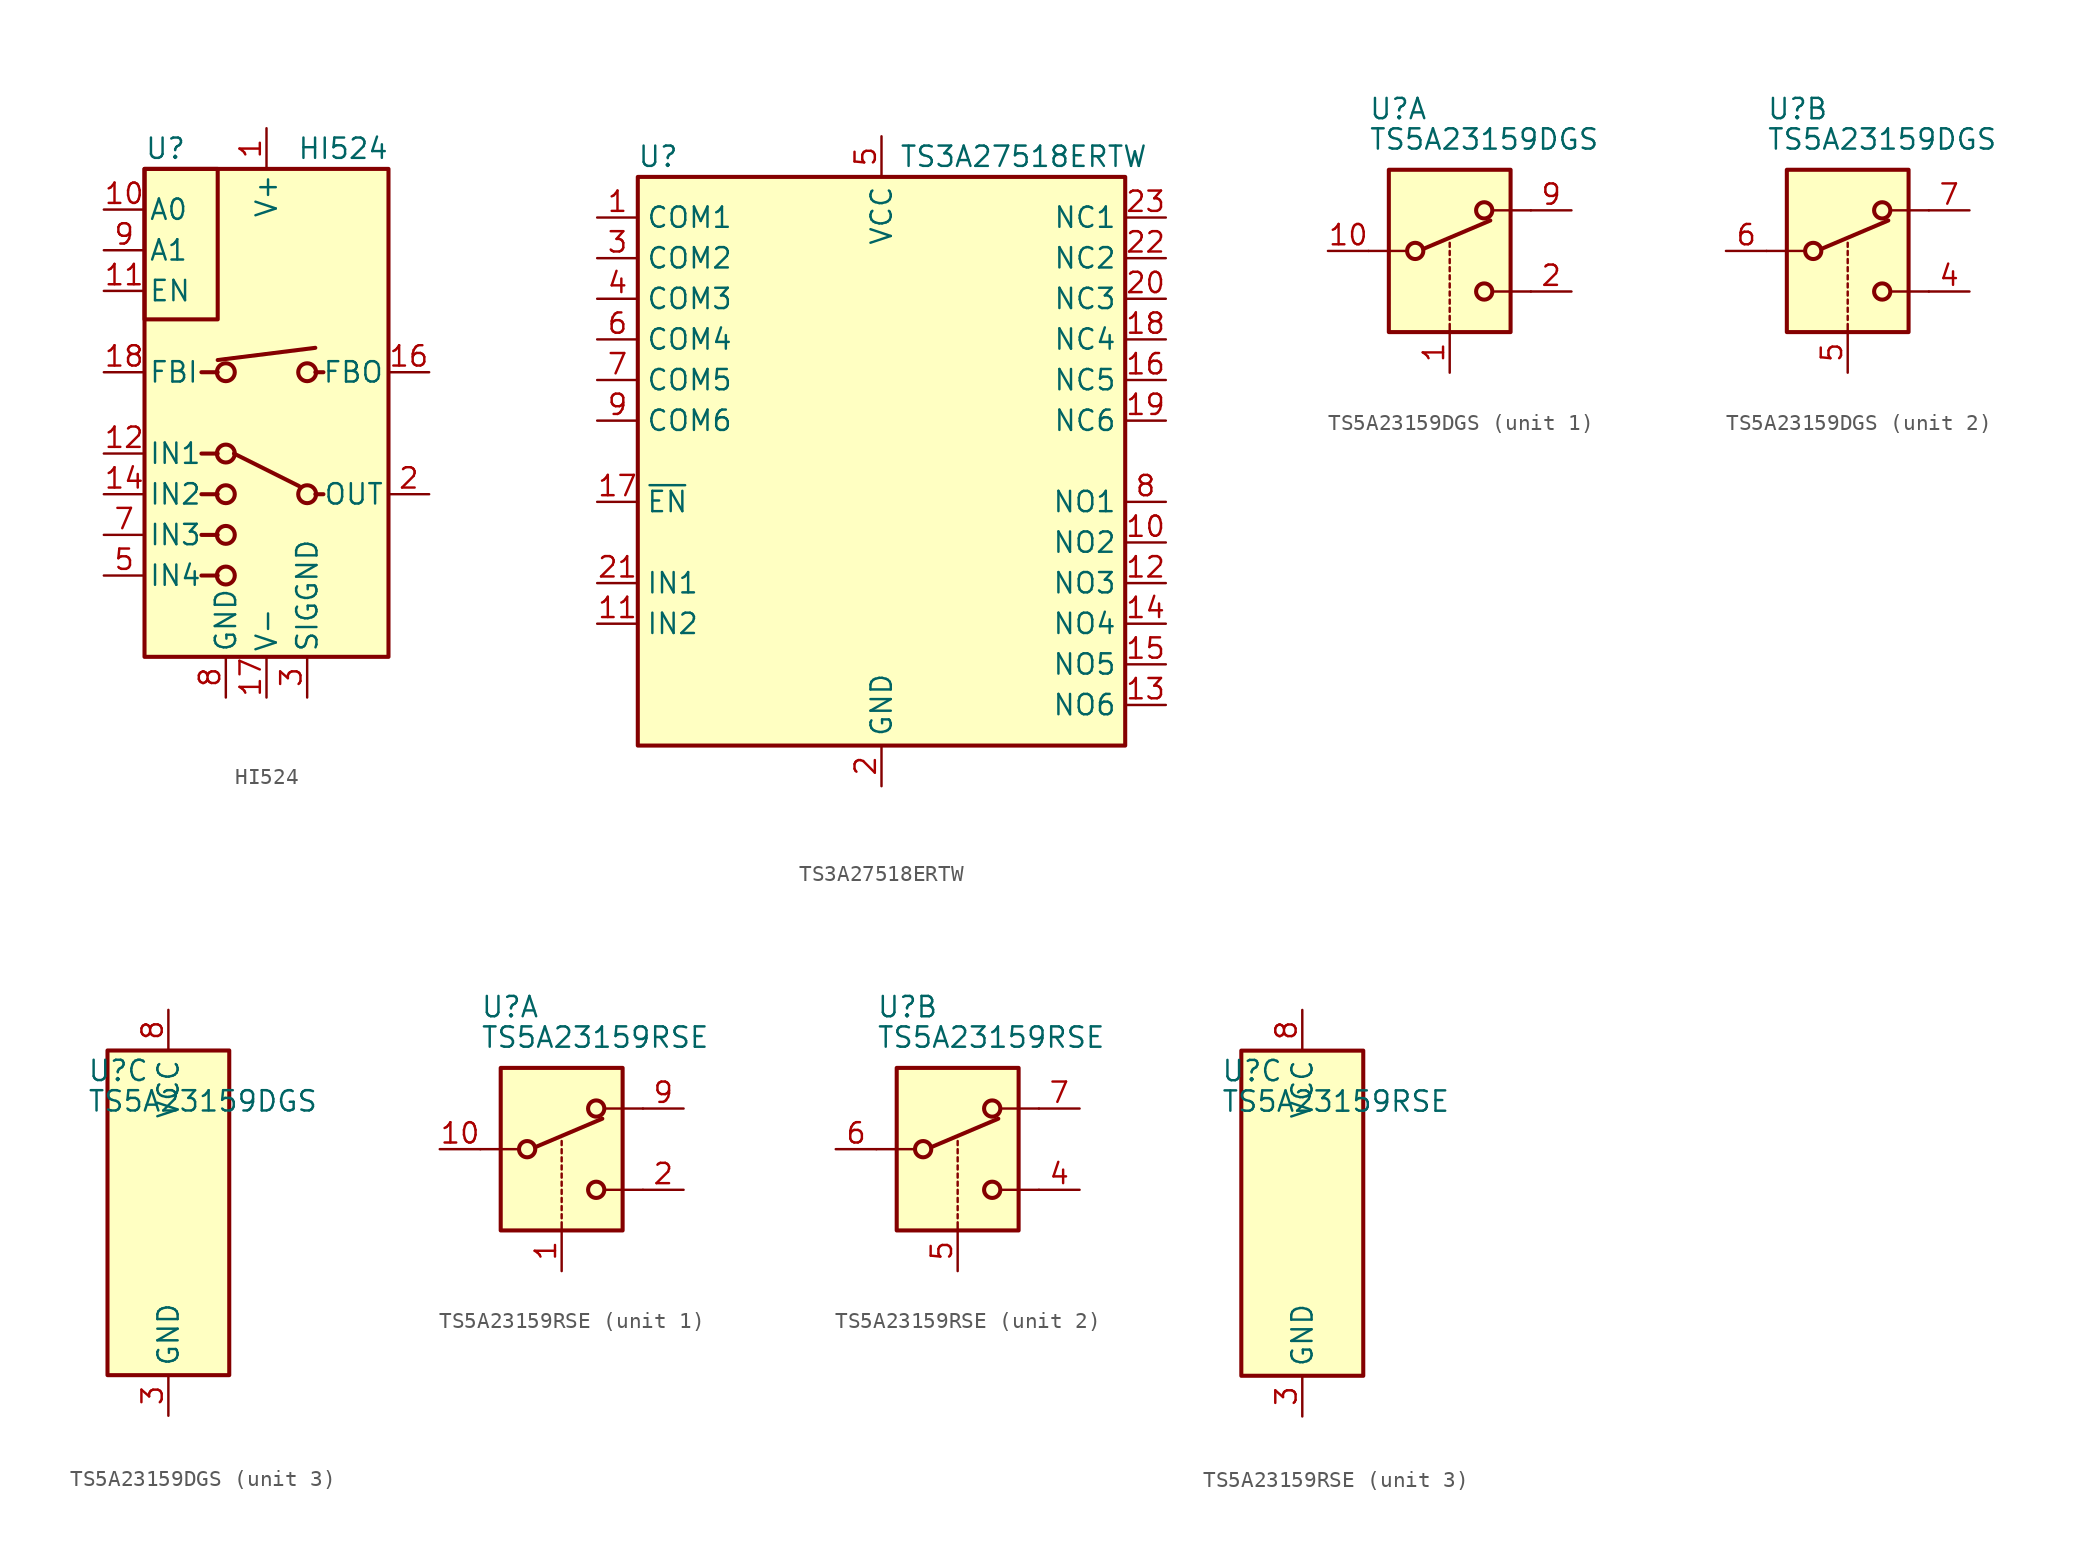
<source format=kicad_sym>
(kicad_symbol_lib
  (version 20201005)
  (generator kicad_symbol_editor)
  (symbol "Analog_Switch:HI524"
    (pin_names
      (offset 0.254))
    (property "Reference" "U"
      (at -7.62 16.51 0)
      (effects (font (size 1.27 1.27)) (justify left)))
    (property "Value" "HI524"
      (at 1.905 16.51 0)
      (effects (font (size 1.27 1.27)) (justify left)))
    (symbol "HI524_0_1"
      (circle (center -2.54 -10.16) (radius 0.559) (stroke (width 0.254)) (fill (type none)))
      (circle (center -2.54 -7.62) (radius 0.559) (stroke (width 0.254)) (fill (type none)))
      (circle (center -2.54 -5.08) (radius 0.559) (stroke (width 0.254)) (fill (type none)))
      (circle (center -2.54 -2.54) (radius 0.559) (stroke (width 0.254)) (fill (type none)))
      (circle (center -2.54 2.54) (radius 0.559) (stroke (width 0.254)) (fill (type none)))
      (circle (center 2.54 -5.08) (radius 0.559) (stroke (width 0.254)) (fill (type none)))
      (circle (center 2.54 2.54) (radius 0.559) (stroke (width 0.254)) (fill (type none)))
      (rectangle (start -7.62 -15.24) (end 7.62 15.24) (stroke (width 0.254)) (fill (type background)))
      (rectangle (start -7.62 5.842) (end -3.048 15.24) (stroke (width 0.254)) (fill (type none)))
      (polyline (pts (xy -4.064 -10.16) (xy -3.048 -10.16)) (stroke (width 0.254)) (fill (type none)))
      (polyline (pts (xy -4.064 -5.08) (xy -3.048 -5.08)) (stroke (width 0.254)) (fill (type none)))
      (polyline (pts (xy -3.048 -7.62) (xy -4.064 -7.62)) (stroke (width 0.254)) (fill (type none)))
      (polyline (pts (xy -3.048 -2.54) (xy -4.064 -2.54)) (stroke (width 0.254)) (fill (type none)))
      (polyline (pts (xy -3.048 2.54) (xy -4.064 2.54)) (stroke (width 0.254)) (fill (type none)))
      (polyline (pts (xy -3.048 3.302) (xy 3.048 4.064)) (stroke (width 0.254)) (fill (type none)))
      (polyline (pts (xy 2.032 -4.572) (xy -2.032 -2.54)) (stroke (width 0.254)) (fill (type none)))
      (polyline (pts (xy 3.048 -5.08) (xy 3.556 -5.08)) (stroke (width 0.254)) (fill (type none)))
      (polyline (pts (xy 3.048 2.54) (xy 3.556 2.54)) (stroke (width 0.254)) (fill (type none))))
    (symbol "HI524_1_1"
      (pin power_in line (at 0 17.78 270) (length 2.54) (name "V+" (effects (font (size 1.27 1.27)))) (number "1" (effects (font (size 1.27 1.27)))))
      (pin input line (at -10.16 12.7 0) (length 2.54) (name "A0" (effects (font (size 1.27 1.27)))) (number "10" (effects (font (size 1.27 1.27)))))
      (pin input line (at -10.16 7.62 0) (length 2.54) (name "EN" (effects (font (size 1.27 1.27)))) (number "11" (effects (font (size 1.27 1.27)))))
      (pin input line (at -10.16 -2.54 0) (length 2.54) (name "IN1" (effects (font (size 1.27 1.27)))) (number "12" (effects (font (size 1.27 1.27)))))
      (pin passive line (at 2.54 -17.78 90) (length 2.54) hide (name "SIGGND" (effects (font (size 1.27 1.27)))) (number "13" (effects (font (size 1.27 1.27)))))
      (pin input line (at -10.16 -5.08 0) (length 2.54) (name "IN2" (effects (font (size 1.27 1.27)))) (number "14" (effects (font (size 1.27 1.27)))))
      (pin passive line (at 2.54 -17.78 90) (length 2.54) hide (name "SIGGND" (effects (font (size 1.27 1.27)))) (number "15" (effects (font (size 1.27 1.27)))))
      (pin output line (at 10.16 2.54 180) (length 2.54) (name "FBO" (effects (font (size 1.27 1.27)))) (number "16" (effects (font (size 1.27 1.27)))))
      (pin power_in line (at 0 -17.78 90) (length 2.54) (name "V-" (effects (font (size 1.27 1.27)))) (number "17" (effects (font (size 1.27 1.27)))))
      (pin input line (at -10.16 2.54 0) (length 2.54) (name "FBI" (effects (font (size 1.27 1.27)))) (number "18" (effects (font (size 1.27 1.27)))))
      (pin output line (at 10.16 -5.08 180) (length 2.54) (name "OUT" (effects (font (size 1.27 1.27)))) (number "2" (effects (font (size 1.27 1.27)))))
      (pin power_in line (at 2.54 -17.78 90) (length 2.54) (name "SIGGND" (effects (font (size 1.27 1.27)))) (number "3" (effects (font (size 1.27 1.27)))))
      (pin passive line (at 2.54 -17.78 90) (length 2.54) hide (name "SIGGND" (effects (font (size 1.27 1.27)))) (number "4" (effects (font (size 1.27 1.27)))))
      (pin input line (at -10.16 -10.16 0) (length 2.54) (name "IN4" (effects (font (size 1.27 1.27)))) (number "5" (effects (font (size 1.27 1.27)))))
      (pin passive line (at 2.54 -17.78 90) (length 2.54) hide (name "SIGGND" (effects (font (size 1.27 1.27)))) (number "6" (effects (font (size 1.27 1.27)))))
      (pin input line (at -10.16 -7.62 0) (length 2.54) (name "IN3" (effects (font (size 1.27 1.27)))) (number "7" (effects (font (size 1.27 1.27)))))
      (pin power_in line (at -2.54 -17.78 90) (length 2.54) (name "GND" (effects (font (size 1.27 1.27)))) (number "8" (effects (font (size 1.27 1.27)))))
      (pin input line (at -10.16 10.16 0) (length 2.54) (name "A1" (effects (font (size 1.27 1.27)))) (number "9" (effects (font (size 1.27 1.27)))))))
  (symbol "Analog_Switch:TS3A27518ERTW"
    (property "Reference" "U"
      (at -13.97 19.05 0)
      (effects (font (size 1.27 1.27))))
    (property "Value" "TS3A27518ERTW"
      (at 8.89 19.05 0)
      (effects (font (size 1.27 1.27))))
    (symbol "TS3A27518ERTW_0_1"
      (rectangle (start 15.24 -17.78) (end -15.24 17.78) (stroke (width 0.254)) (fill (type background))))
    (symbol "TS3A27518ERTW_1_1"
      (pin bidirectional line (at -17.78 15.24 0) (length 2.54) (name "COM1" (effects (font (size 1.27 1.27)))) (number "1" (effects (font (size 1.27 1.27)))))
      (pin bidirectional line (at 17.78 -5.08 180) (length 2.54) (name "NO2" (effects (font (size 1.27 1.27)))) (number "10" (effects (font (size 1.27 1.27)))))
      (pin input line (at -17.78 -10.16 0) (length 2.54) (name "IN2" (effects (font (size 1.27 1.27)))) (number "11" (effects (font (size 1.27 1.27)))))
      (pin bidirectional line (at 17.78 -7.62 180) (length 2.54) (name "NO3" (effects (font (size 1.27 1.27)))) (number "12" (effects (font (size 1.27 1.27)))))
      (pin bidirectional line (at 17.78 -15.24 180) (length 2.54) (name "NO6" (effects (font (size 1.27 1.27)))) (number "13" (effects (font (size 1.27 1.27)))))
      (pin bidirectional line (at 17.78 -10.16 180) (length 2.54) (name "NO4" (effects (font (size 1.27 1.27)))) (number "14" (effects (font (size 1.27 1.27)))))
      (pin bidirectional line (at 17.78 -12.7 180) (length 2.54) (name "NO5" (effects (font (size 1.27 1.27)))) (number "15" (effects (font (size 1.27 1.27)))))
      (pin bidirectional line (at 17.78 5.08 180) (length 2.54) (name "NC5" (effects (font (size 1.27 1.27)))) (number "16" (effects (font (size 1.27 1.27)))))
      (pin input line (at -17.78 -2.54 0) (length 2.54) (name "~EN" (effects (font (size 1.27 1.27)))) (number "17" (effects (font (size 1.27 1.27)))))
      (pin bidirectional line (at 17.78 7.62 180) (length 2.54) (name "NC4" (effects (font (size 1.27 1.27)))) (number "18" (effects (font (size 1.27 1.27)))))
      (pin bidirectional line (at 17.78 2.54 180) (length 2.54) (name "NC6" (effects (font (size 1.27 1.27)))) (number "19" (effects (font (size 1.27 1.27)))))
      (pin power_in line (at 0 -20.32 90) (length 2.54) (name "GND" (effects (font (size 1.27 1.27)))) (number "2" (effects (font (size 1.27 1.27)))))
      (pin bidirectional line (at 17.78 10.16 180) (length 2.54) (name "NC3" (effects (font (size 1.27 1.27)))) (number "20" (effects (font (size 1.27 1.27)))))
      (pin input line (at -17.78 -7.62 0) (length 2.54) (name "IN1" (effects (font (size 1.27 1.27)))) (number "21" (effects (font (size 1.27 1.27)))))
      (pin bidirectional line (at 17.78 12.7 180) (length 2.54) (name "NC2" (effects (font (size 1.27 1.27)))) (number "22" (effects (font (size 1.27 1.27)))))
      (pin bidirectional line (at 17.78 15.24 180) (length 2.54) (name "NC1" (effects (font (size 1.27 1.27)))) (number "23" (effects (font (size 1.27 1.27)))))
      (pin no_connect line (at -15.24 -15.24 0) (length 2.54) hide (name "N.C." (effects (font (size 1.27 1.27)))) (number "24" (effects (font (size 1.27 1.27)))))
      (pin passive line (at 0 -20.32 90) (length 2.54) hide (name "GND" (effects (font (size 1.27 1.27)))) (number "25" (effects (font (size 1.27 1.27)))))
      (pin bidirectional line (at -17.78 12.7 0) (length 2.54) (name "COM2" (effects (font (size 1.27 1.27)))) (number "3" (effects (font (size 1.27 1.27)))))
      (pin bidirectional line (at -17.78 10.16 0) (length 2.54) (name "COM3" (effects (font (size 1.27 1.27)))) (number "4" (effects (font (size 1.27 1.27)))))
      (pin power_in line (at 0 20.32 270) (length 2.54) (name "VCC" (effects (font (size 1.27 1.27)))) (number "5" (effects (font (size 1.27 1.27)))))
      (pin bidirectional line (at -17.78 7.62 0) (length 2.54) (name "COM4" (effects (font (size 1.27 1.27)))) (number "6" (effects (font (size 1.27 1.27)))))
      (pin bidirectional line (at -17.78 5.08 0) (length 2.54) (name "COM5" (effects (font (size 1.27 1.27)))) (number "7" (effects (font (size 1.27 1.27)))))
      (pin bidirectional line (at 17.78 -2.54 180) (length 2.54) (name "NO1" (effects (font (size 1.27 1.27)))) (number "8" (effects (font (size 1.27 1.27)))))
      (pin bidirectional line (at -17.78 2.54 0) (length 2.54) (name "COM6" (effects (font (size 1.27 1.27)))) (number "9" (effects (font (size 1.27 1.27)))))))
  (symbol "Analog_Switch:TS5A23159DGS"
    (property "Reference" "U"
      (at -5.08 8.89 0)
      (effects (font (size 1.27 1.27)) (justify left)))
    (property "Value" "TS5A23159DGS"
      (at -5.08 6.985 0)
      (effects (font (size 1.27 1.27)) (justify left)))
    (property "ki_locked" ""
      (at 0 0 0)
      (effects (font (size 1.27 1.27))))
    (symbol "TS5A23159DGS_1_1"
      (circle (center -2.159 0) (radius 0.508) (stroke (width 0.254)) (fill (type none)))
      (circle (center 2.159 -2.54) (radius 0.508) (stroke (width 0.254)) (fill (type none)))
      (circle (center 2.159 2.54) (radius 0.508) (stroke (width 0.254)) (fill (type none)))
      (rectangle (start -3.81 5.08) (end 3.81 -5.08) (stroke (width 0.254)) (fill (type background)))
      (polyline (pts (xy -5.08 0) (xy -2.794 0)) (stroke (width 0)) (fill (type none)))
      (polyline (pts (xy -1.651 0.127) (xy 2.54 1.905)) (stroke (width 0.254)) (fill (type none)))
      (polyline (pts (xy 0 -5.08) (xy 0 -4.572)) (stroke (width 0)) (fill (type none)))
      (polyline (pts (xy 0 -4.318) (xy 0 -4.064)) (stroke (width 0)) (fill (type none)))
      (polyline (pts (xy 0 -3.81) (xy 0 -3.556)) (stroke (width 0)) (fill (type none)))
      (polyline (pts (xy 0 -3.302) (xy 0 -3.048)) (stroke (width 0)) (fill (type none)))
      (polyline (pts (xy 0 -2.794) (xy 0 -2.54)) (stroke (width 0)) (fill (type none)))
      (polyline (pts (xy 0 -2.286) (xy 0 -2.032)) (stroke (width 0)) (fill (type none)))
      (polyline (pts (xy 0 -1.778) (xy 0 -1.524)) (stroke (width 0)) (fill (type none)))
      (polyline (pts (xy 0 -1.27) (xy 0 -1.016)) (stroke (width 0)) (fill (type none)))
      (polyline (pts (xy 0 -0.762) (xy 0 -0.508)) (stroke (width 0)) (fill (type none)))
      (polyline (pts (xy 0 -0.254) (xy 0 0)) (stroke (width 0)) (fill (type none)))
      (polyline (pts (xy 0 0.254) (xy 0 0.508)) (stroke (width 0)) (fill (type none)))
      (polyline (pts (xy 5.08 -2.54) (xy 2.794 -2.54)) (stroke (width 0)) (fill (type none)))
      (polyline (pts (xy 5.08 2.54) (xy 2.794 2.54)) (stroke (width 0)) (fill (type none)))
      (pin input line (at 0 -7.62 90) (length 2.54) (name "~" (effects (font (size 1.27 1.27)))) (number "1" (effects (font (size 1.27 1.27)))))
      (pin passive line (at -7.62 0 0) (length 2.54) (name "~" (effects (font (size 1.27 1.27)))) (number "10" (effects (font (size 1.27 1.27)))))
      (pin passive line (at 7.62 -2.54 180) (length 2.54) (name "~" (effects (font (size 1.27 1.27)))) (number "2" (effects (font (size 1.27 1.27)))))
      (pin passive line (at 7.62 2.54 180) (length 2.54) (name "~" (effects (font (size 1.27 1.27)))) (number "9" (effects (font (size 1.27 1.27))))))
    (symbol "TS5A23159DGS_2_1"
      (circle (center -2.159 0) (radius 0.508) (stroke (width 0.254)) (fill (type none)))
      (circle (center 2.159 -2.54) (radius 0.508) (stroke (width 0.254)) (fill (type none)))
      (circle (center 2.159 2.54) (radius 0.508) (stroke (width 0.254)) (fill (type none)))
      (rectangle (start -3.81 5.08) (end 3.81 -5.08) (stroke (width 0.254)) (fill (type background)))
      (polyline (pts (xy -5.08 0) (xy -2.794 0)) (stroke (width 0)) (fill (type none)))
      (polyline (pts (xy -1.651 0.127) (xy 2.54 1.905)) (stroke (width 0.254)) (fill (type none)))
      (polyline (pts (xy 0 -5.08) (xy 0 -4.572)) (stroke (width 0)) (fill (type none)))
      (polyline (pts (xy 0 -4.318) (xy 0 -4.064)) (stroke (width 0)) (fill (type none)))
      (polyline (pts (xy 0 -3.81) (xy 0 -3.556)) (stroke (width 0)) (fill (type none)))
      (polyline (pts (xy 0 -3.302) (xy 0 -3.048)) (stroke (width 0)) (fill (type none)))
      (polyline (pts (xy 0 -2.794) (xy 0 -2.54)) (stroke (width 0)) (fill (type none)))
      (polyline (pts (xy 0 -2.286) (xy 0 -2.032)) (stroke (width 0)) (fill (type none)))
      (polyline (pts (xy 0 -1.778) (xy 0 -1.524)) (stroke (width 0)) (fill (type none)))
      (polyline (pts (xy 0 -1.27) (xy 0 -1.016)) (stroke (width 0)) (fill (type none)))
      (polyline (pts (xy 0 -0.762) (xy 0 -0.508)) (stroke (width 0)) (fill (type none)))
      (polyline (pts (xy 0 -0.254) (xy 0 0)) (stroke (width 0)) (fill (type none)))
      (polyline (pts (xy 0 0.254) (xy 0 0.508)) (stroke (width 0)) (fill (type none)))
      (polyline (pts (xy 5.08 -2.54) (xy 2.794 -2.54)) (stroke (width 0)) (fill (type none)))
      (polyline (pts (xy 5.08 2.54) (xy 2.794 2.54)) (stroke (width 0)) (fill (type none)))
      (pin passive line (at 7.62 -2.54 180) (length 2.54) (name "~" (effects (font (size 1.27 1.27)))) (number "4" (effects (font (size 1.27 1.27)))))
      (pin input line (at 0 -7.62 90) (length 2.54) (name "~" (effects (font (size 1.27 1.27)))) (number "5" (effects (font (size 1.27 1.27)))))
      (pin passive line (at -7.62 0 0) (length 2.54) (name "~" (effects (font (size 1.27 1.27)))) (number "6" (effects (font (size 1.27 1.27)))))
      (pin passive line (at 7.62 2.54 180) (length 2.54) (name "~" (effects (font (size 1.27 1.27)))) (number "7" (effects (font (size 1.27 1.27))))))
    (symbol "TS5A23159DGS_3_1"
      (rectangle (start -3.81 10.16) (end 3.81 -10.16) (stroke (width 0.254)) (fill (type background)))
      (pin power_in line (at 0 -12.7 90) (length 2.54) (name "GND" (effects (font (size 1.27 1.27)))) (number "3" (effects (font (size 1.27 1.27)))))
      (pin power_in line (at 0 12.7 270) (length 2.54) (name "VCC" (effects (font (size 1.27 1.27)))) (number "8" (effects (font (size 1.27 1.27)))))))
  (symbol "Analog_Switch:TS5A23159RSE"
    (property "Reference" "U"
      (at -5.08 8.89 0)
      (effects (font (size 1.27 1.27)) (justify left)))
    (property "Value" "TS5A23159RSE"
      (at -5.08 6.985 0)
      (effects (font (size 1.27 1.27)) (justify left)))
    (property "ki_locked" ""
      (at 0 0 0)
      (effects (font (size 1.27 1.27))))
    (symbol "TS5A23159RSE_1_1"
      (circle (center -2.159 0) (radius 0.508) (stroke (width 0.254)) (fill (type none)))
      (circle (center 2.159 -2.54) (radius 0.508) (stroke (width 0.254)) (fill (type none)))
      (circle (center 2.159 2.54) (radius 0.508) (stroke (width 0.254)) (fill (type none)))
      (rectangle (start -3.81 5.08) (end 3.81 -5.08) (stroke (width 0.254)) (fill (type background)))
      (polyline (pts (xy -5.08 0) (xy -2.794 0)) (stroke (width 0)) (fill (type none)))
      (polyline (pts (xy -1.651 0.127) (xy 2.54 1.905)) (stroke (width 0.254)) (fill (type none)))
      (polyline (pts (xy 0 -5.08) (xy 0 -4.572)) (stroke (width 0)) (fill (type none)))
      (polyline (pts (xy 0 -4.318) (xy 0 -4.064)) (stroke (width 0)) (fill (type none)))
      (polyline (pts (xy 0 -3.81) (xy 0 -3.556)) (stroke (width 0)) (fill (type none)))
      (polyline (pts (xy 0 -3.302) (xy 0 -3.048)) (stroke (width 0)) (fill (type none)))
      (polyline (pts (xy 0 -2.794) (xy 0 -2.54)) (stroke (width 0)) (fill (type none)))
      (polyline (pts (xy 0 -2.286) (xy 0 -2.032)) (stroke (width 0)) (fill (type none)))
      (polyline (pts (xy 0 -1.778) (xy 0 -1.524)) (stroke (width 0)) (fill (type none)))
      (polyline (pts (xy 0 -1.27) (xy 0 -1.016)) (stroke (width 0)) (fill (type none)))
      (polyline (pts (xy 0 -0.762) (xy 0 -0.508)) (stroke (width 0)) (fill (type none)))
      (polyline (pts (xy 0 -0.254) (xy 0 0)) (stroke (width 0)) (fill (type none)))
      (polyline (pts (xy 0 0.254) (xy 0 0.508)) (stroke (width 0)) (fill (type none)))
      (polyline (pts (xy 5.08 -2.54) (xy 2.794 -2.54)) (stroke (width 0)) (fill (type none)))
      (polyline (pts (xy 5.08 2.54) (xy 2.794 2.54)) (stroke (width 0)) (fill (type none)))
      (pin input line (at 0 -7.62 90) (length 2.54) (name "~" (effects (font (size 1.27 1.27)))) (number "1" (effects (font (size 1.27 1.27)))))
      (pin passive line (at -7.62 0 0) (length 2.54) (name "~" (effects (font (size 1.27 1.27)))) (number "10" (effects (font (size 1.27 1.27)))))
      (pin passive line (at 7.62 -2.54 180) (length 2.54) (name "~" (effects (font (size 1.27 1.27)))) (number "2" (effects (font (size 1.27 1.27)))))
      (pin passive line (at 7.62 2.54 180) (length 2.54) (name "~" (effects (font (size 1.27 1.27)))) (number "9" (effects (font (size 1.27 1.27))))))
    (symbol "TS5A23159RSE_2_1"
      (circle (center -2.159 0) (radius 0.508) (stroke (width 0.254)) (fill (type none)))
      (circle (center 2.159 -2.54) (radius 0.508) (stroke (width 0.254)) (fill (type none)))
      (circle (center 2.159 2.54) (radius 0.508) (stroke (width 0.254)) (fill (type none)))
      (rectangle (start -3.81 5.08) (end 3.81 -5.08) (stroke (width 0.254)) (fill (type background)))
      (polyline (pts (xy -5.08 0) (xy -2.794 0)) (stroke (width 0)) (fill (type none)))
      (polyline (pts (xy -1.651 0.127) (xy 2.54 1.905)) (stroke (width 0.254)) (fill (type none)))
      (polyline (pts (xy 0 -5.08) (xy 0 -4.572)) (stroke (width 0)) (fill (type none)))
      (polyline (pts (xy 0 -4.318) (xy 0 -4.064)) (stroke (width 0)) (fill (type none)))
      (polyline (pts (xy 0 -3.81) (xy 0 -3.556)) (stroke (width 0)) (fill (type none)))
      (polyline (pts (xy 0 -3.302) (xy 0 -3.048)) (stroke (width 0)) (fill (type none)))
      (polyline (pts (xy 0 -2.794) (xy 0 -2.54)) (stroke (width 0)) (fill (type none)))
      (polyline (pts (xy 0 -2.286) (xy 0 -2.032)) (stroke (width 0)) (fill (type none)))
      (polyline (pts (xy 0 -1.778) (xy 0 -1.524)) (stroke (width 0)) (fill (type none)))
      (polyline (pts (xy 0 -1.27) (xy 0 -1.016)) (stroke (width 0)) (fill (type none)))
      (polyline (pts (xy 0 -0.762) (xy 0 -0.508)) (stroke (width 0)) (fill (type none)))
      (polyline (pts (xy 0 -0.254) (xy 0 0)) (stroke (width 0)) (fill (type none)))
      (polyline (pts (xy 0 0.254) (xy 0 0.508)) (stroke (width 0)) (fill (type none)))
      (polyline (pts (xy 5.08 -2.54) (xy 2.794 -2.54)) (stroke (width 0)) (fill (type none)))
      (polyline (pts (xy 5.08 2.54) (xy 2.794 2.54)) (stroke (width 0)) (fill (type none)))
      (pin passive line (at 7.62 -2.54 180) (length 2.54) (name "~" (effects (font (size 1.27 1.27)))) (number "4" (effects (font (size 1.27 1.27)))))
      (pin input line (at 0 -7.62 90) (length 2.54) (name "~" (effects (font (size 1.27 1.27)))) (number "5" (effects (font (size 1.27 1.27)))))
      (pin passive line (at -7.62 0 0) (length 2.54) (name "~" (effects (font (size 1.27 1.27)))) (number "6" (effects (font (size 1.27 1.27)))))
      (pin passive line (at 7.62 2.54 180) (length 2.54) (name "~" (effects (font (size 1.27 1.27)))) (number "7" (effects (font (size 1.27 1.27))))))
    (symbol "TS5A23159RSE_3_1"
      (rectangle (start -3.81 10.16) (end 3.81 -10.16) (stroke (width 0.254)) (fill (type background)))
      (pin power_in line (at 0 -12.7 90) (length 2.54) (name "GND" (effects (font (size 1.27 1.27)))) (number "3" (effects (font (size 1.27 1.27)))))
      (pin power_in line (at 0 12.7 270) (length 2.54) (name "VCC" (effects (font (size 1.27 1.27)))) (number "8" (effects (font (size 1.27 1.27))))))))
</source>
